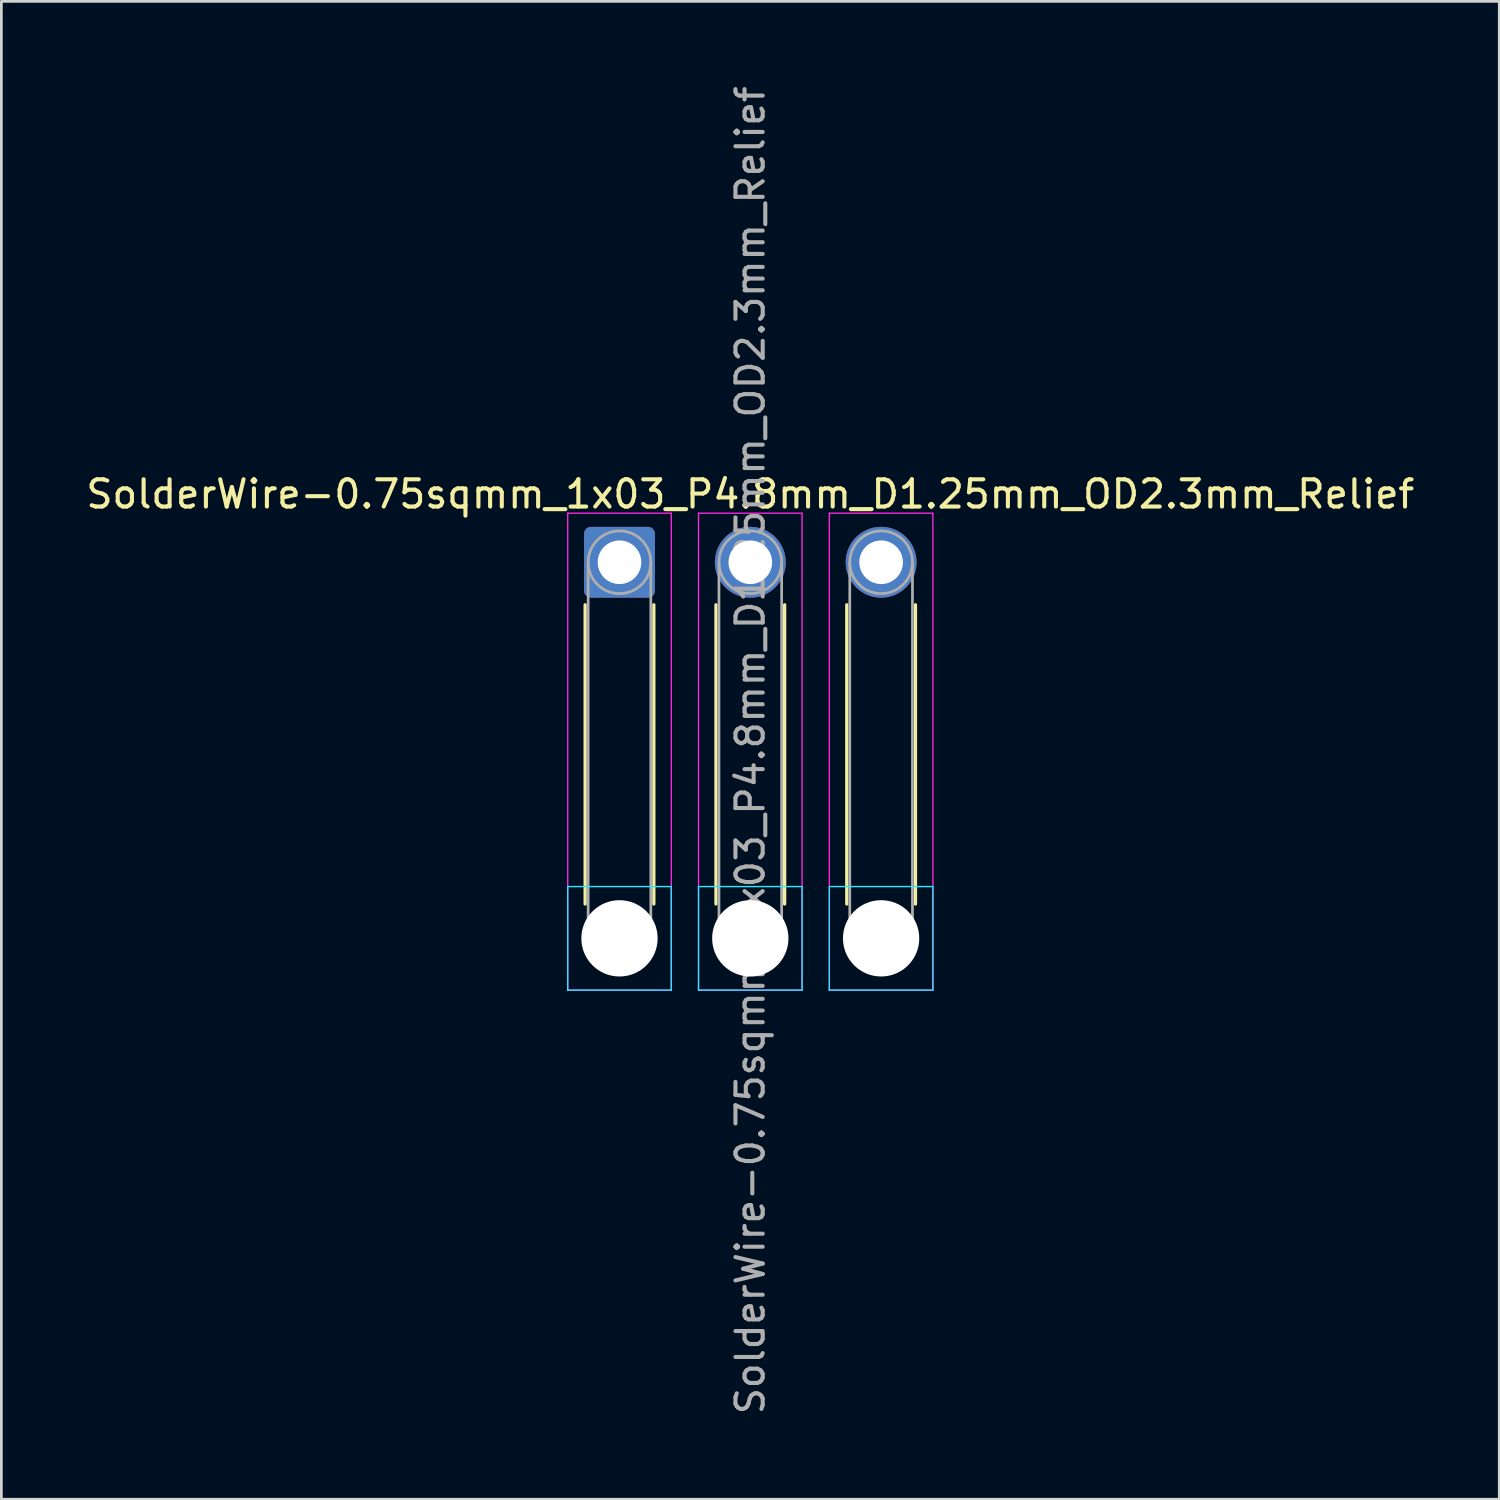
<source format=kicad_pcb>
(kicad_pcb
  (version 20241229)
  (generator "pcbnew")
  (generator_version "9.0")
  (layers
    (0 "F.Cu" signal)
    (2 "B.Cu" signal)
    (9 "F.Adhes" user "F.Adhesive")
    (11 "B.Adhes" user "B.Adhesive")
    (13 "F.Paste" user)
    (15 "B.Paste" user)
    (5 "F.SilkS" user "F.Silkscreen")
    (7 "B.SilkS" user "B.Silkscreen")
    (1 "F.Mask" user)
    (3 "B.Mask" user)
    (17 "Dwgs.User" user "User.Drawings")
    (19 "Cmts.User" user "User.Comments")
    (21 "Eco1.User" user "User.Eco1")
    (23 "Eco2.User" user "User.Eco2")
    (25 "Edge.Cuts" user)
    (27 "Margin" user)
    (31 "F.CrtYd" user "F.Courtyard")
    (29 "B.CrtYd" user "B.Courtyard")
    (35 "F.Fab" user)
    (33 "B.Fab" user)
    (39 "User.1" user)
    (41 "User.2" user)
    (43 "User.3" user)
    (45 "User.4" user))
  (footprint "SolderWire-0.75sqmm_1x03_P4.8mm_D1.25mm_OD2.3mm_Relief"
    (layer "F.Cu")
    (at 19.682 17.582)
    (property "Reference" "SolderWire-0.75sqmm_1x03_P4.8mm_D1.25mm_OD2.3mm_Relief" (at 4.8 -2.5 0) (layer "F.SilkS") (effects (font (size 1 1) (thickness 0.15))))
    (attr exclude_from_pos_files exclude_from_bom)
    (fp_line (start -1.26 1.56) (end -1.26 12.54) (stroke (width 0.12) (type solid)) (layer "F.SilkS"))
    (fp_line (start 1.26 1.56) (end 1.26 12.54) (stroke (width 0.12) (type solid)) (layer "F.SilkS"))
    (fp_line (start 3.54 1.56) (end 3.54 12.54) (stroke (width 0.12) (type solid)) (layer "F.SilkS"))
    (fp_line (start 6.06 1.56) (end 6.06 12.54) (stroke (width 0.12) (type solid)) (layer "F.SilkS"))
    (fp_line (start 8.34 1.56) (end 8.34 12.54) (stroke (width 0.12) (type solid)) (layer "F.SilkS"))
    (fp_line (start 10.86 1.56) (end 10.86 12.54) (stroke (width 0.12) (type solid)) (layer "F.SilkS"))
    (fp_line (start -1.9 11.9) (end -1.9 15.7) (stroke (width 0.05) (type solid)) (layer "B.CrtYd"))
    (fp_line (start -1.9 15.7) (end 1.9 15.7) (stroke (width 0.05) (type solid)) (layer "B.CrtYd"))
    (fp_line (start 1.9 11.9) (end -1.9 11.9) (stroke (width 0.05) (type solid)) (layer "B.CrtYd"))
    (fp_line (start 1.9 15.7) (end 1.9 11.9) (stroke (width 0.05) (type solid)) (layer "B.CrtYd"))
    (fp_line (start 2.9 11.9) (end 2.9 15.7) (stroke (width 0.05) (type solid)) (layer "B.CrtYd"))
    (fp_line (start 2.9 15.7) (end 6.7 15.7) (stroke (width 0.05) (type solid)) (layer "B.CrtYd"))
    (fp_line (start 6.7 11.9) (end 2.9 11.9) (stroke (width 0.05) (type solid)) (layer "B.CrtYd"))
    (fp_line (start 6.7 15.7) (end 6.7 11.9) (stroke (width 0.05) (type solid)) (layer "B.CrtYd"))
    (fp_line (start 7.7 11.9) (end 7.7 15.7) (stroke (width 0.05) (type solid)) (layer "B.CrtYd"))
    (fp_line (start 7.7 15.7) (end 11.5 15.7) (stroke (width 0.05) (type solid)) (layer "B.CrtYd"))
    (fp_line (start 11.5 11.9) (end 7.7 11.9) (stroke (width 0.05) (type solid)) (layer "B.CrtYd"))
    (fp_line (start 11.5 15.7) (end 11.5 11.9) (stroke (width 0.05) (type solid)) (layer "B.CrtYd"))
    (fp_line (start -1.9 -1.8) (end -1.9 15.7) (stroke (width 0.05) (type solid)) (layer "F.CrtYd"))
    (fp_line (start -1.9 15.7) (end 1.9 15.7) (stroke (width 0.05) (type solid)) (layer "F.CrtYd"))
    (fp_line (start 1.9 -1.8) (end -1.9 -1.8) (stroke (width 0.05) (type solid)) (layer "F.CrtYd"))
    (fp_line (start 1.9 15.7) (end 1.9 -1.8) (stroke (width 0.05) (type solid)) (layer "F.CrtYd"))
    (fp_line (start 2.9 -1.8) (end 2.9 15.7) (stroke (width 0.05) (type solid)) (layer "F.CrtYd"))
    (fp_line (start 2.9 15.7) (end 6.7 15.7) (stroke (width 0.05) (type solid)) (layer "F.CrtYd"))
    (fp_line (start 6.7 -1.8) (end 2.9 -1.8) (stroke (width 0.05) (type solid)) (layer "F.CrtYd"))
    (fp_line (start 6.7 15.7) (end 6.7 -1.8) (stroke (width 0.05) (type solid)) (layer "F.CrtYd"))
    (fp_line (start 7.7 -1.8) (end 7.7 15.7) (stroke (width 0.05) (type solid)) (layer "F.CrtYd"))
    (fp_line (start 7.7 15.7) (end 11.5 15.7) (stroke (width 0.05) (type solid)) (layer "F.CrtYd"))
    (fp_line (start 11.5 -1.8) (end 7.7 -1.8) (stroke (width 0.05) (type solid)) (layer "F.CrtYd"))
    (fp_line (start 11.5 15.7) (end 11.5 -1.8) (stroke (width 0.05) (type solid)) (layer "F.CrtYd"))
    (fp_line (start -1.15 0) (end -1.15 13.8) (stroke (width 0.1) (type solid)) (layer "F.Fab"))
    (fp_line (start 1.15 0) (end 1.15 13.8) (stroke (width 0.1) (type solid)) (layer "F.Fab"))
    (fp_line (start 3.65 0) (end 3.65 13.8) (stroke (width 0.1) (type solid)) (layer "F.Fab"))
    (fp_line (start 5.95 0) (end 5.95 13.8) (stroke (width 0.1) (type solid)) (layer "F.Fab"))
    (fp_line (start 8.45 0) (end 8.45 13.8) (stroke (width 0.1) (type solid)) (layer "F.Fab"))
    (fp_line (start 10.75 0) (end 10.75 13.8) (stroke (width 0.1) (type solid)) (layer "F.Fab"))
    (fp_circle (center 0 0) (end 1.15 0) (stroke (width 0.1) (type solid)) (fill no) (layer "F.Fab"))
    (fp_circle (center 0 13.8) (end 1.15 13.8) (stroke (width 0.1) (type solid)) (fill no) (layer "F.Fab"))
    (fp_circle (center 4.8 0) (end 5.95 0) (stroke (width 0.1) (type solid)) (fill no) (layer "F.Fab"))
    (fp_circle (center 4.8 13.8) (end 5.95 13.8) (stroke (width 0.1) (type solid)) (fill no) (layer "F.Fab"))
    (fp_circle (center 9.6 0) (end 10.75 0) (stroke (width 0.1) (type solid)) (fill no) (layer "F.Fab"))
    (fp_circle (center 9.6 13.8) (end 10.75 13.8) (stroke (width 0.1) (type solid)) (fill no) (layer "F.Fab"))
    (fp_text user "${REFERENCE}" (at 4.8 6.9 90) (layer "F.Fab") (effects (font (size 1 1) (thickness 0.15))))
    (pad "" np_thru_hole circle (at 0 13.8) (size 2.8 2.8) (drill 2.8) (layers "*.Cu" "*.Mask"))
    (pad "" np_thru_hole circle (at 4.8 13.8) (size 2.8 2.8) (drill 2.8) (layers "*.Cu" "*.Mask"))
    (pad "" np_thru_hole circle (at 9.6 13.8) (size 2.8 2.8) (drill 2.8) (layers "*.Cu" "*.Mask"))
    (pad "1" thru_hole roundrect (at 0 0) (size 2.6 2.6) (drill 1.6) (layers "*.Cu" "*.Mask") (roundrect_rratio 0.096))
    (pad "2" thru_hole circle (at 4.8 0) (size 2.6 2.6) (drill 1.6) (layers "*.Cu" "*.Mask"))
    (pad "3" thru_hole circle (at 9.6 0) (size 2.6 2.6) (drill 1.6) (layers "*.Cu" "*.Mask")))
  (gr_rect
    (start -3 -3)
    (end 51.964 51.964)
    (stroke (width 0.1) (type default))
    (fill no)
    (layer "Edge.Cuts")))
</source>
